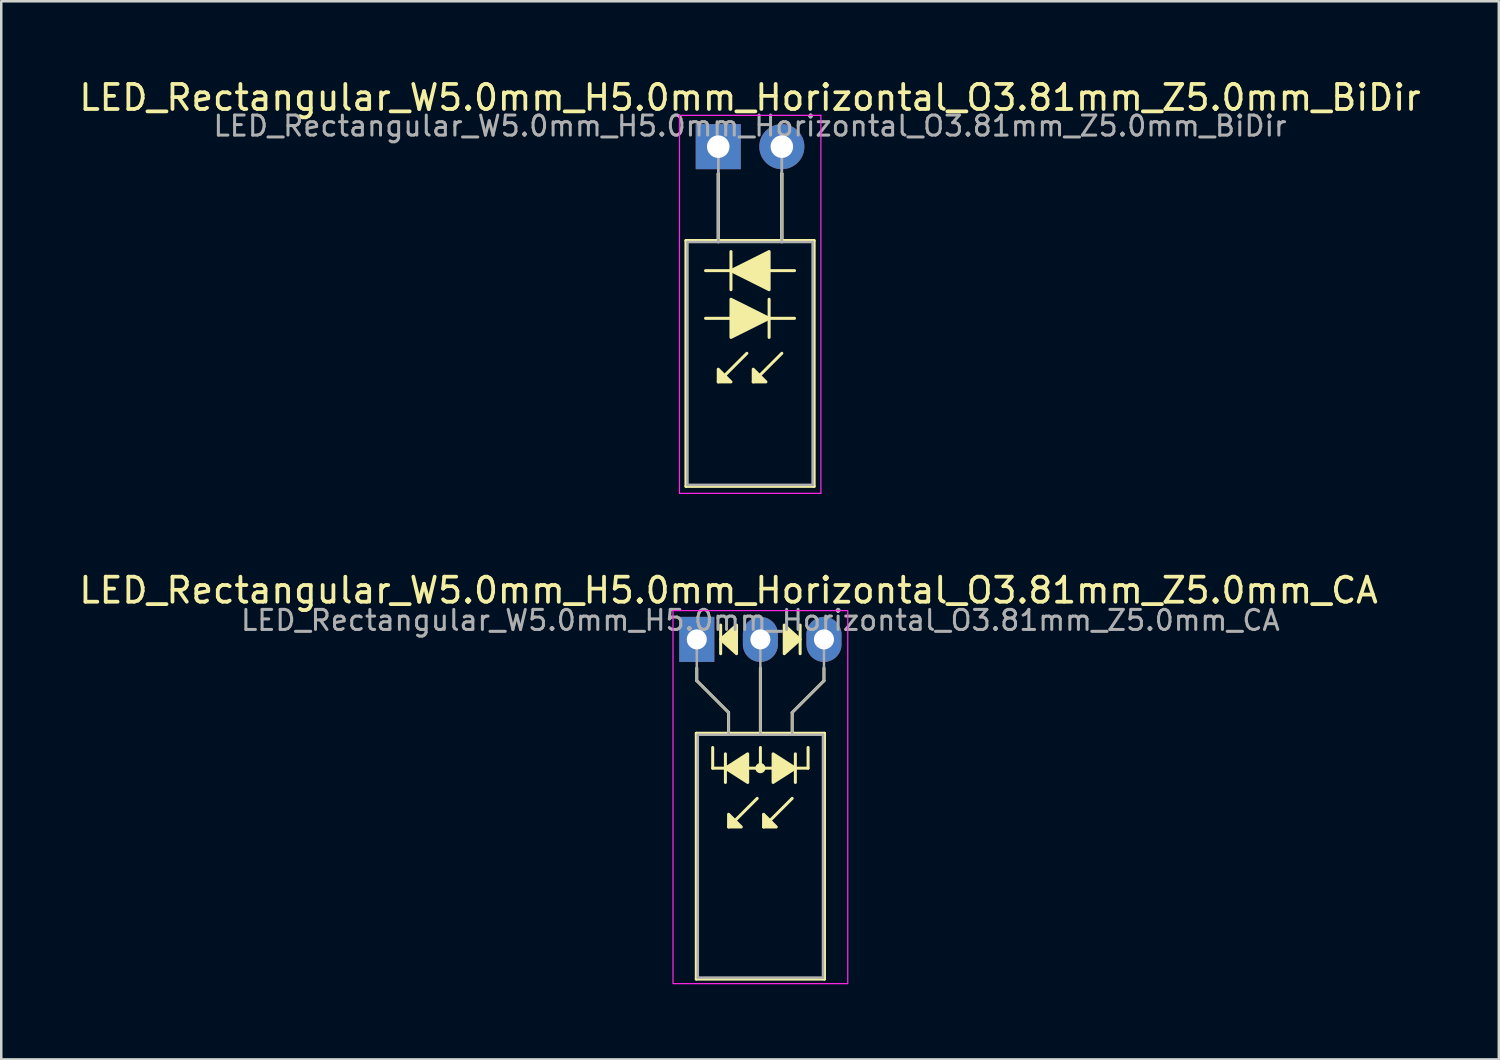
<source format=kicad_pcb>
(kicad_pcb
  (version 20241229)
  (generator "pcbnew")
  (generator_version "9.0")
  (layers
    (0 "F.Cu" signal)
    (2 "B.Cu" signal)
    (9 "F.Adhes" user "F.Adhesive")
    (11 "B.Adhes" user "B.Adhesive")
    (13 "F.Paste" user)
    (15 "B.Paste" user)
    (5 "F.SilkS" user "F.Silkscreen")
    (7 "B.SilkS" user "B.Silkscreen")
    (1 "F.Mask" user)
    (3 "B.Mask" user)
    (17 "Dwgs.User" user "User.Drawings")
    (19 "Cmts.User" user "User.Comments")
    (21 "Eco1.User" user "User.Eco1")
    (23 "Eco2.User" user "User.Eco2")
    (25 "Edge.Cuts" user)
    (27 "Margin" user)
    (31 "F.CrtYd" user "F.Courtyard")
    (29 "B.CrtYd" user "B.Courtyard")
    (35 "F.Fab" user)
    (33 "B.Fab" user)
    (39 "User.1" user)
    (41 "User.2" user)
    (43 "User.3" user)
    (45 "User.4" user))
  (footprint "LED_Rectangular_W5.0mm_H5.0mm_Horizontal_O3.81mm_Z5.0mm_BiDir"
    (layer "F.Cu")
    (at 25.641 2.808)
    (property "Reference" "LED_Rectangular_W5.0mm_H5.0mm_Horizontal_O3.81mm_Z5.0mm_BiDir" (at 1.27 -1.96 0) (layer "F.SilkS") (effects (font (size 1 1) (thickness 0.15))))
    (fp_line (start -1.29 3.75) (end -1.29 13.57) (stroke (width 0.12) (type solid)) (layer "F.SilkS"))
    (fp_line (start -1.29 13.57) (end 3.83 13.57) (stroke (width 0.12) (type solid)) (layer "F.SilkS"))
    (fp_line (start -0.508 6.858) (end 0.508 6.858) (stroke (width 0.12) (type solid)) (layer "F.SilkS"))
    (fp_line (start 0 1.08) (end 0 1.08) (stroke (width 0.12) (type solid)) (layer "F.SilkS"))
    (fp_line (start 0 1.08) (end 0 3.75) (stroke (width 0.12) (type solid)) (layer "F.SilkS"))
    (fp_line (start 0 3.75) (end 0 1.08) (stroke (width 0.12) (type solid)) (layer "F.SilkS"))
    (fp_line (start 0 3.75) (end 0 3.75) (stroke (width 0.12) (type solid)) (layer "F.SilkS"))
    (fp_line (start 0.508 4.191) (end 0.508 5.715) (stroke (width 0.12) (type solid)) (layer "F.SilkS"))
    (fp_line (start 0.508 4.953) (end -0.508 4.953) (stroke (width 0.12) (type solid)) (layer "F.SilkS"))
    (fp_line (start 1.143 8.255) (end 0 9.398) (stroke (width 0.12) (type solid)) (layer "F.SilkS"))
    (fp_line (start 2.032 6.858) (end 3.048 6.858) (stroke (width 0.12) (type solid)) (layer "F.SilkS"))
    (fp_line (start 2.032 7.62) (end 2.032 6.096) (stroke (width 0.12) (type solid)) (layer "F.SilkS"))
    (fp_line (start 2.54 1.08) (end 2.54 1.08) (stroke (width 0.12) (type solid)) (layer "F.SilkS"))
    (fp_line (start 2.54 1.08) (end 2.54 3.75) (stroke (width 0.12) (type solid)) (layer "F.SilkS"))
    (fp_line (start 2.54 3.75) (end 2.54 1.08) (stroke (width 0.12) (type solid)) (layer "F.SilkS"))
    (fp_line (start 2.54 3.75) (end 2.54 3.75) (stroke (width 0.12) (type solid)) (layer "F.SilkS"))
    (fp_line (start 2.54 8.255) (end 1.397 9.398) (stroke (width 0.12) (type solid)) (layer "F.SilkS"))
    (fp_line (start 3.048 4.953) (end 2.032 4.953) (stroke (width 0.12) (type solid)) (layer "F.SilkS"))
    (fp_line (start 3.83 3.75) (end -1.29 3.75) (stroke (width 0.12) (type solid)) (layer "F.SilkS"))
    (fp_line (start 3.83 13.57) (end 3.83 3.75) (stroke (width 0.12) (type solid)) (layer "F.SilkS"))
    (fp_poly (pts (xy 0 8.89) (xy 0.508 9.398) (xy 0 9.398)) (stroke (width 0.12) (type solid)) (fill yes) (layer "F.SilkS"))
    (fp_poly (pts (xy 0.508 6.096) (xy 2.032 6.858) (xy 0.508 7.62)) (stroke (width 0.12) (type solid)) (fill yes) (layer "F.SilkS"))
    (fp_poly (pts (xy 1.397 8.89) (xy 1.905 9.398) (xy 1.397 9.398)) (stroke (width 0.12) (type solid)) (fill yes) (layer "F.SilkS"))
    (fp_poly (pts (xy 2.032 5.715) (xy 0.508 4.953) (xy 2.032 4.191)) (stroke (width 0.12) (type solid)) (fill yes) (layer "F.SilkS"))
    (fp_line (start -1.55 -1.25) (end -1.55 13.85) (stroke (width 0.05) (type solid)) (layer "F.CrtYd"))
    (fp_line (start -1.55 13.85) (end 4.1 13.85) (stroke (width 0.05) (type solid)) (layer "F.CrtYd"))
    (fp_line (start 4.1 -1.25) (end -1.55 -1.25) (stroke (width 0.05) (type solid)) (layer "F.CrtYd"))
    (fp_line (start 4.1 13.85) (end 4.1 -1.25) (stroke (width 0.05) (type solid)) (layer "F.CrtYd"))
    (fp_line (start -1.23 3.81) (end -1.23 13.51) (stroke (width 0.1) (type solid)) (layer "F.Fab"))
    (fp_line (start -1.23 13.51) (end 3.77 13.51) (stroke (width 0.1) (type solid)) (layer "F.Fab"))
    (fp_line (start 0 0) (end 0 0) (stroke (width 0.1) (type solid)) (layer "F.Fab"))
    (fp_line (start 0 0) (end 0 3.81) (stroke (width 0.1) (type solid)) (layer "F.Fab"))
    (fp_line (start 0 3.81) (end 0 0) (stroke (width 0.1) (type solid)) (layer "F.Fab"))
    (fp_line (start 0 3.81) (end 0 3.81) (stroke (width 0.1) (type solid)) (layer "F.Fab"))
    (fp_line (start 2.54 0) (end 2.54 0) (stroke (width 0.1) (type solid)) (layer "F.Fab"))
    (fp_line (start 2.54 0) (end 2.54 3.81) (stroke (width 0.1) (type solid)) (layer "F.Fab"))
    (fp_line (start 2.54 3.81) (end 2.54 0) (stroke (width 0.1) (type solid)) (layer "F.Fab"))
    (fp_line (start 2.54 3.81) (end 2.54 3.81) (stroke (width 0.1) (type solid)) (layer "F.Fab"))
    (fp_line (start 3.77 3.81) (end -1.23 3.81) (stroke (width 0.1) (type solid)) (layer "F.Fab"))
    (fp_line (start 3.77 13.51) (end 3.77 3.81) (stroke (width 0.1) (type solid)) (layer "F.Fab"))
    (fp_text user "${REFERENCE}" (at 1.27 -0.826 0) (layer "F.Fab") (effects (font (size 0.8 0.8) (thickness 0.12))))
    (pad "1" thru_hole rect (at 0 0) (size 1.8 1.8) (drill 0.9) (layers "*.Cu" "*.Mask"))
    (pad "2" thru_hole circle (at 2.54 0) (size 1.8 1.8) (drill 0.9) (layers "*.Cu" "*.Mask")))
  (footprint "LED_Rectangular_W5.0mm_H5.0mm_Horizontal_O3.81mm_Z5.0mm_CA"
    (layer "F.Cu")
    (at 24.784 22.491)
    (property "Reference" "LED_Rectangular_W5.0mm_H5.0mm_Horizontal_O3.81mm_Z5.0mm_CA" (at 1.27 -1.96 0) (layer "F.SilkS") (effects (font (size 1 1) (thickness 0.15))))
    (fp_line (start -0.02 3.75) (end -0.02 13.57) (stroke (width 0.12) (type solid)) (layer "F.SilkS"))
    (fp_line (start -0.02 13.57) (end 5.1 13.57) (stroke (width 0.12) (type solid)) (layer "F.SilkS"))
    (fp_line (start 0 1.143) (end 0 1.651) (stroke (width 0.12) (type default)) (layer "F.SilkS"))
    (fp_line (start 0 1.651) (end 1.27 2.921) (stroke (width 0.12) (type default)) (layer "F.SilkS"))
    (fp_line (start 0.635 5.144) (end 0.635 4.318) (stroke (width 0.12) (type default)) (layer "F.SilkS"))
    (fp_line (start 0.635 5.144) (end 4.445 5.144) (stroke (width 0.12) (type default)) (layer "F.SilkS"))
    (fp_line (start 0.953 -0.572) (end 0.953 0.572) (stroke (width 0.12) (type solid)) (layer "F.SilkS"))
    (fp_line (start 1.143 4.572) (end 1.143 5.715) (stroke (width 0.12) (type solid)) (layer "F.SilkS"))
    (fp_line (start 1.27 2.921) (end 1.27 3.75) (stroke (width 0.12) (type default)) (layer "F.SilkS"))
    (fp_line (start 1.27 3.75) (end 1.27 3.75) (stroke (width 0.12) (type solid)) (layer "F.SilkS"))
    (fp_line (start 2.413 6.35) (end 1.27 7.493) (stroke (width 0.12) (type solid)) (layer "F.SilkS"))
    (fp_line (start 2.54 3.75) (end 2.54 1.143) (stroke (width 0.12) (type default)) (layer "F.SilkS"))
    (fp_line (start 2.54 5.144) (end 2.54 4.318) (stroke (width 0.12) (type default)) (layer "F.SilkS"))
    (fp_line (start 3.81 2.921) (end 3.81 3.75) (stroke (width 0.12) (type default)) (layer "F.SilkS"))
    (fp_line (start 3.81 3.75) (end 3.81 3.75) (stroke (width 0.12) (type solid)) (layer "F.SilkS"))
    (fp_line (start 3.81 6.35) (end 2.667 7.493) (stroke (width 0.12) (type solid)) (layer "F.SilkS"))
    (fp_line (start 3.937 5.715) (end 3.937 4.572) (stroke (width 0.12) (type solid)) (layer "F.SilkS"))
    (fp_line (start 4.128 0.572) (end 4.128 -0.572) (stroke (width 0.12) (type solid)) (layer "F.SilkS"))
    (fp_line (start 4.445 5.144) (end 4.445 4.318) (stroke (width 0.12) (type default)) (layer "F.SilkS"))
    (fp_line (start 5.08 1.143) (end 5.08 1.651) (stroke (width 0.12) (type default)) (layer "F.SilkS"))
    (fp_line (start 5.08 1.651) (end 3.81 2.921) (stroke (width 0.12) (type default)) (layer "F.SilkS"))
    (fp_line (start 5.1 3.75) (end -0.02 3.75) (stroke (width 0.12) (type solid)) (layer "F.SilkS"))
    (fp_line (start 5.1 13.57) (end 5.1 3.75) (stroke (width 0.12) (type solid)) (layer "F.SilkS"))
    (fp_circle (center 2.54 5.144) (end 2.682 5.144) (stroke (width 0.12) (type solid)) (fill yes) (layer "F.SilkS"))
    (fp_poly (pts (xy 1.27 6.985) (xy 1.778 7.493) (xy 1.27 7.493)) (stroke (width 0.12) (type solid)) (fill yes) (layer "F.SilkS"))
    (fp_poly (pts (xy 1.587 0.572) (xy 0.953 0) (xy 1.587 -0.572)) (stroke (width 0.12) (type solid)) (fill yes) (layer "F.SilkS"))
    (fp_poly (pts (xy 2.032 5.715) (xy 1.143 5.144) (xy 2.032 4.572)) (stroke (width 0.12) (type solid)) (fill yes) (layer "F.SilkS"))
    (fp_poly (pts (xy 2.667 6.985) (xy 3.175 7.493) (xy 2.667 7.493)) (stroke (width 0.12) (type solid)) (fill yes) (layer "F.SilkS"))
    (fp_poly (pts (xy 3.048 4.572) (xy 3.937 5.144) (xy 3.048 5.715)) (stroke (width 0.12) (type solid)) (fill yes) (layer "F.SilkS"))
    (fp_poly (pts (xy 3.493 -0.572) (xy 4.128 0) (xy 3.493 0.572)) (stroke (width 0.12) (type solid)) (fill yes) (layer "F.SilkS"))
    (fp_rect (start -0.95 -1.15) (end 6.03 13.75) (stroke (width 0.05) (type default)) (fill no) (layer "F.CrtYd"))
    (fp_line (start 0 0) (end 0 0) (stroke (width 0.1) (type solid)) (layer "F.Fab"))
    (fp_line (start 0 1.651) (end 0 0) (stroke (width 0.1) (type default)) (layer "F.Fab"))
    (fp_line (start 0.04 3.81) (end 0.04 13.51) (stroke (width 0.1) (type solid)) (layer "F.Fab"))
    (fp_line (start 0.04 13.51) (end 5.04 13.51) (stroke (width 0.1) (type solid)) (layer "F.Fab"))
    (fp_line (start 1.27 2.921) (end 0 1.651) (stroke (width 0.1) (type default)) (layer "F.Fab"))
    (fp_line (start 1.27 2.921) (end 1.27 3.81) (stroke (width 0.1) (type default)) (layer "F.Fab"))
    (fp_line (start 1.27 3.81) (end 1.27 3.81) (stroke (width 0.1) (type solid)) (layer "F.Fab"))
    (fp_line (start 2.54 0) (end 2.54 0) (stroke (width 0.1) (type solid)) (layer "F.Fab"))
    (fp_line (start 2.54 0) (end 2.54 3.81) (stroke (width 0.1) (type default)) (layer "F.Fab"))
    (fp_line (start 3.81 2.921) (end 3.81 3.81) (stroke (width 0.1) (type default)) (layer "F.Fab"))
    (fp_line (start 3.81 2.921) (end 5.08 1.651) (stroke (width 0.1) (type default)) (layer "F.Fab"))
    (fp_line (start 3.81 3.81) (end 3.81 3.81) (stroke (width 0.1) (type solid)) (layer "F.Fab"))
    (fp_line (start 5.04 3.81) (end 0.04 3.81) (stroke (width 0.1) (type solid)) (layer "F.Fab"))
    (fp_line (start 5.04 13.51) (end 5.04 3.81) (stroke (width 0.1) (type solid)) (layer "F.Fab"))
    (fp_line (start 5.08 1.651) (end 5.08 0) (stroke (width 0.1) (type default)) (layer "F.Fab"))
    (fp_text user "${REFERENCE}" (at 2.54 -0.762 0) (layer "F.Fab") (effects (font (size 0.8 0.8) (thickness 0.12))))
    (pad "1" thru_hole rect (at 0 0) (size 1.4 1.8) (drill 0.8) (layers "*.Cu" "*.Mask"))
    (pad "2" thru_hole oval (at 2.54 0) (size 1.4 1.8) (drill 0.8) (layers "*.Cu" "*.Mask"))
    (pad "3" thru_hole oval (at 5.08 0) (size 1.4 1.8) (drill 0.8) (layers "*.Cu" "*.Mask")))
  (gr_rect
    (start -3 -3)
    (end 56.821 39.267)
    (stroke (width 0.1) (type default))
    (fill no)
    (layer "Edge.Cuts")))
</source>
